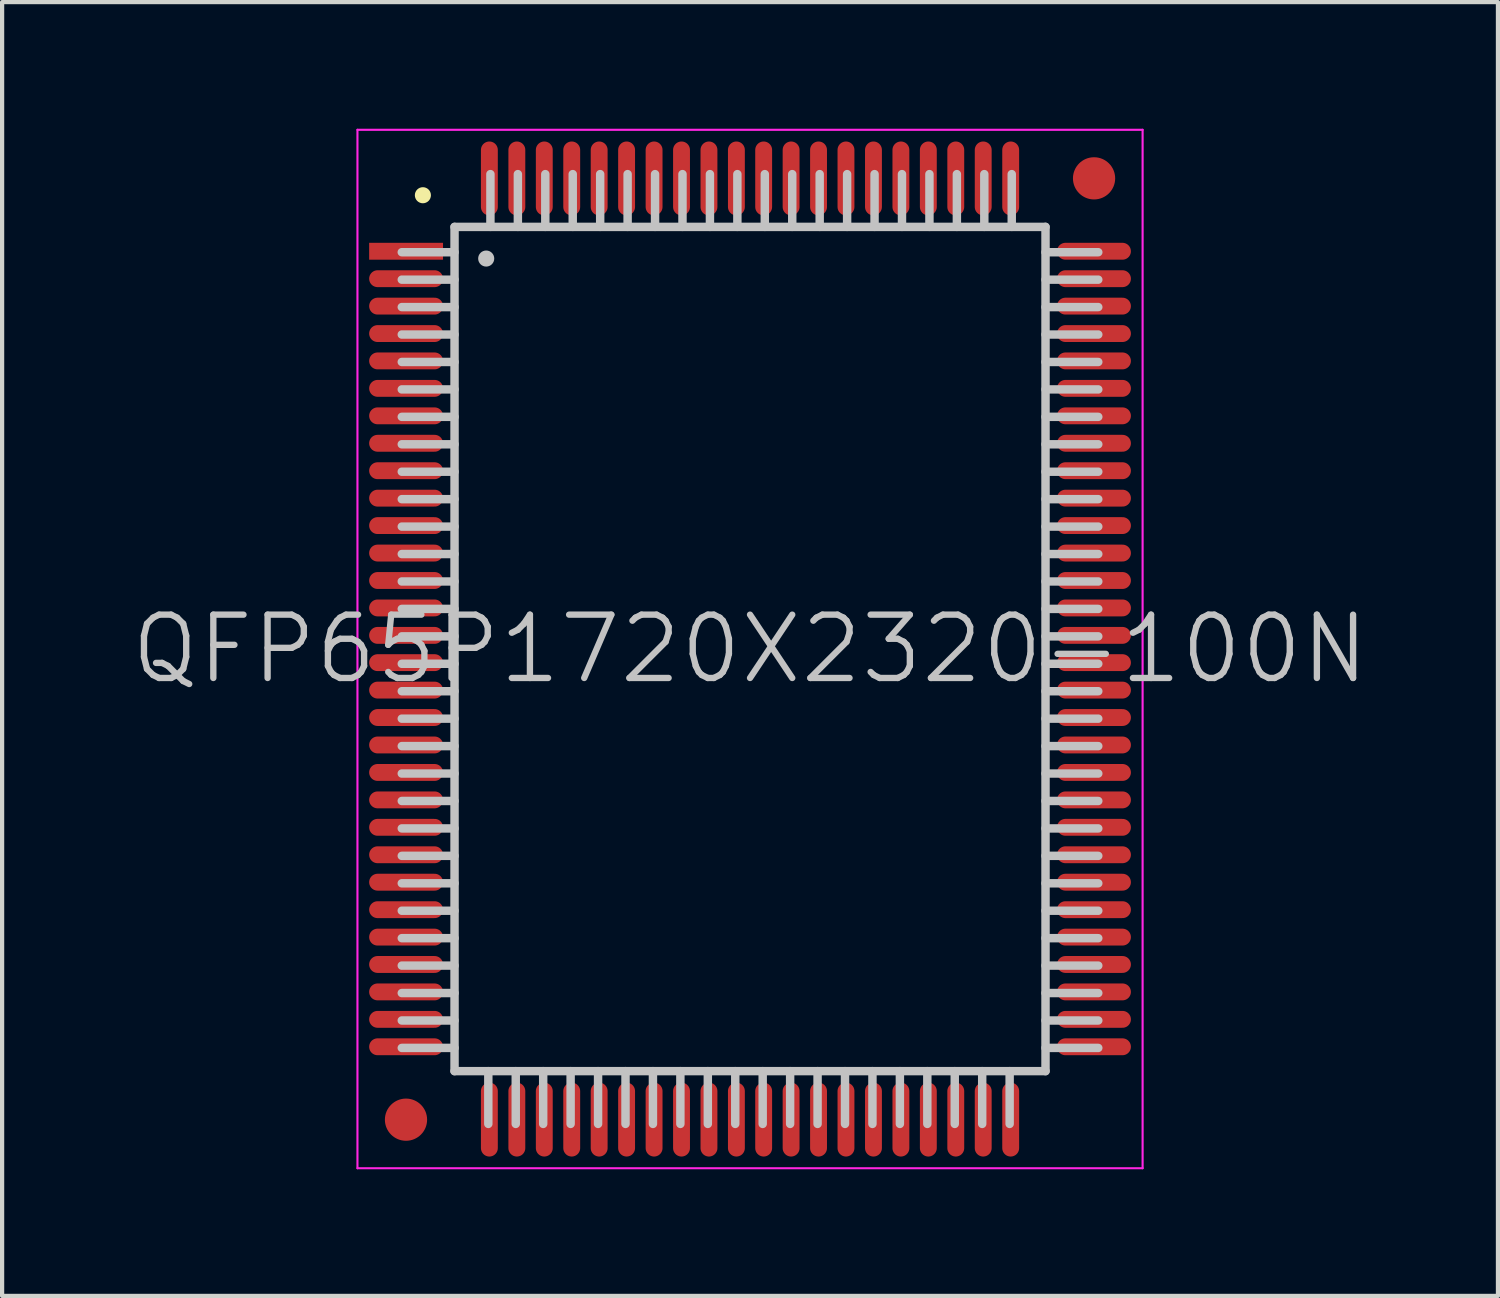
<source format=kicad_pcb>
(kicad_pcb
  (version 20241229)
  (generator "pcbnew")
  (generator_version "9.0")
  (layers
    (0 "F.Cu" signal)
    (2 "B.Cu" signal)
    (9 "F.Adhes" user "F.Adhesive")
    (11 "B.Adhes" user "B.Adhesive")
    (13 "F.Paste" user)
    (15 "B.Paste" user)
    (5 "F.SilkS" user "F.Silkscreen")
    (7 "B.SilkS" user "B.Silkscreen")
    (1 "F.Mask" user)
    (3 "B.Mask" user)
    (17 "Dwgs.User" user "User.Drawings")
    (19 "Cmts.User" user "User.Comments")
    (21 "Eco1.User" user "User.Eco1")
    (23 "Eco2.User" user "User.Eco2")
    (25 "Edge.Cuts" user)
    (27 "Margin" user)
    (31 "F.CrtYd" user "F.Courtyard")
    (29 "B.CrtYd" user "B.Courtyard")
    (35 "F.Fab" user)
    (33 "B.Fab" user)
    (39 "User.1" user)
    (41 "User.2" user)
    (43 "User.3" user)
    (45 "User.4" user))
  (footprint "QFP65P1720X2320-100N"
    (layer "F.Cu")
    (at 14.718 12.325)
    (property "Reference" "QFP65P1720X2320-100N" (at 0 0 0) (layer "Dwgs.User") (effects (font (size 1.5 1.5) (thickness 0.15))))
    (attr smd)
    (fp_line (start -7.75 -10.75) (end -7.75 -10.75) (stroke (width 0.381) (type solid)) (layer "F.SilkS"))
    (fp_line (start -7 -10) (end -7 10) (stroke (width 0.2) (type solid)) (layer "Dwgs.User"))
    (fp_line (start -7 -10) (end 7 -10) (stroke (width 0.2) (type solid)) (layer "Dwgs.User"))
    (fp_line (start -7 -9.4) (end -8.25 -9.4) (stroke (width 0.2) (type solid)) (layer "Dwgs.User"))
    (fp_line (start -7 -8.75) (end -8.25 -8.75) (stroke (width 0.2) (type solid)) (layer "Dwgs.User"))
    (fp_line (start -7 -8.1) (end -8.25 -8.1) (stroke (width 0.2) (type solid)) (layer "Dwgs.User"))
    (fp_line (start -7 -7.45) (end -8.25 -7.45) (stroke (width 0.2) (type solid)) (layer "Dwgs.User"))
    (fp_line (start -7 -6.8) (end -8.25 -6.8) (stroke (width 0.2) (type solid)) (layer "Dwgs.User"))
    (fp_line (start -7 -6.15) (end -8.25 -6.15) (stroke (width 0.2) (type solid)) (layer "Dwgs.User"))
    (fp_line (start -7 -5.5) (end -8.25 -5.5) (stroke (width 0.2) (type solid)) (layer "Dwgs.User"))
    (fp_line (start -7 -4.85) (end -8.25 -4.85) (stroke (width 0.2) (type solid)) (layer "Dwgs.User"))
    (fp_line (start -7 -4.2) (end -8.25 -4.2) (stroke (width 0.2) (type solid)) (layer "Dwgs.User"))
    (fp_line (start -7 -3.55) (end -8.25 -3.55) (stroke (width 0.2) (type solid)) (layer "Dwgs.User"))
    (fp_line (start -7 -2.9) (end -8.25 -2.9) (stroke (width 0.2) (type solid)) (layer "Dwgs.User"))
    (fp_line (start -7 -2.25) (end -8.25 -2.25) (stroke (width 0.2) (type solid)) (layer "Dwgs.User"))
    (fp_line (start -7 -1.6) (end -8.25 -1.6) (stroke (width 0.2) (type solid)) (layer "Dwgs.User"))
    (fp_line (start -7 -0.95) (end -8.25 -0.95) (stroke (width 0.2) (type solid)) (layer "Dwgs.User"))
    (fp_line (start -7 -0.3) (end -8.25 -0.3) (stroke (width 0.2) (type solid)) (layer "Dwgs.User"))
    (fp_line (start -7 0.35) (end -8.25 0.35) (stroke (width 0.2) (type solid)) (layer "Dwgs.User"))
    (fp_line (start -7 1) (end -8.25 1) (stroke (width 0.2) (type solid)) (layer "Dwgs.User"))
    (fp_line (start -7 1.65) (end -8.25 1.65) (stroke (width 0.2) (type solid)) (layer "Dwgs.User"))
    (fp_line (start -7 2.3) (end -8.25 2.3) (stroke (width 0.2) (type solid)) (layer "Dwgs.User"))
    (fp_line (start -7 2.95) (end -8.25 2.95) (stroke (width 0.2) (type solid)) (layer "Dwgs.User"))
    (fp_line (start -7 3.6) (end -8.25 3.6) (stroke (width 0.2) (type solid)) (layer "Dwgs.User"))
    (fp_line (start -7 4.25) (end -8.25 4.25) (stroke (width 0.2) (type solid)) (layer "Dwgs.User"))
    (fp_line (start -7 4.9) (end -8.25 4.9) (stroke (width 0.2) (type solid)) (layer "Dwgs.User"))
    (fp_line (start -7 5.55) (end -8.25 5.55) (stroke (width 0.2) (type solid)) (layer "Dwgs.User"))
    (fp_line (start -7 6.2) (end -8.25 6.2) (stroke (width 0.2) (type solid)) (layer "Dwgs.User"))
    (fp_line (start -7 6.85) (end -8.25 6.85) (stroke (width 0.2) (type solid)) (layer "Dwgs.User"))
    (fp_line (start -7 7.5) (end -8.25 7.5) (stroke (width 0.2) (type solid)) (layer "Dwgs.User"))
    (fp_line (start -7 8.15) (end -8.25 8.15) (stroke (width 0.2) (type solid)) (layer "Dwgs.User"))
    (fp_line (start -7 8.8) (end -8.25 8.8) (stroke (width 0.2) (type solid)) (layer "Dwgs.User"))
    (fp_line (start -7 9.45) (end -8.25 9.45) (stroke (width 0.2) (type solid)) (layer "Dwgs.User"))
    (fp_line (start -7 10) (end 7 10) (stroke (width 0.2) (type solid)) (layer "Dwgs.User"))
    (fp_line (start -6.25 -9.25) (end -6.25 -9.25) (stroke (width 0.381) (type solid)) (layer "Dwgs.User"))
    (fp_line (start -6.2 10) (end -6.2 11.25) (stroke (width 0.2) (type solid)) (layer "Dwgs.User"))
    (fp_line (start -6.15 -11.25) (end -6.15 -10) (stroke (width 0.2) (type solid)) (layer "Dwgs.User"))
    (fp_line (start -5.55 10) (end -5.55 11.25) (stroke (width 0.2) (type solid)) (layer "Dwgs.User"))
    (fp_line (start -5.5 -11.25) (end -5.5 -10) (stroke (width 0.2) (type solid)) (layer "Dwgs.User"))
    (fp_line (start -4.9 10) (end -4.9 11.25) (stroke (width 0.2) (type solid)) (layer "Dwgs.User"))
    (fp_line (start -4.85 -11.25) (end -4.85 -10) (stroke (width 0.2) (type solid)) (layer "Dwgs.User"))
    (fp_line (start -4.25 10) (end -4.25 11.25) (stroke (width 0.2) (type solid)) (layer "Dwgs.User"))
    (fp_line (start -4.2 -11.25) (end -4.2 -10) (stroke (width 0.2) (type solid)) (layer "Dwgs.User"))
    (fp_line (start -3.6 10) (end -3.6 11.25) (stroke (width 0.2) (type solid)) (layer "Dwgs.User"))
    (fp_line (start -3.55 -11.25) (end -3.55 -10) (stroke (width 0.2) (type solid)) (layer "Dwgs.User"))
    (fp_line (start -2.95 10) (end -2.95 11.25) (stroke (width 0.2) (type solid)) (layer "Dwgs.User"))
    (fp_line (start -2.9 -11.25) (end -2.9 -10) (stroke (width 0.2) (type solid)) (layer "Dwgs.User"))
    (fp_line (start -2.3 10) (end -2.3 11.25) (stroke (width 0.2) (type solid)) (layer "Dwgs.User"))
    (fp_line (start -2.25 -11.25) (end -2.25 -10) (stroke (width 0.2) (type solid)) (layer "Dwgs.User"))
    (fp_line (start -1.65 10) (end -1.65 11.25) (stroke (width 0.2) (type solid)) (layer "Dwgs.User"))
    (fp_line (start -1.6 -11.25) (end -1.6 -10) (stroke (width 0.2) (type solid)) (layer "Dwgs.User"))
    (fp_line (start -1 10) (end -1 11.25) (stroke (width 0.2) (type solid)) (layer "Dwgs.User"))
    (fp_line (start -0.95 -11.25) (end -0.95 -10) (stroke (width 0.2) (type solid)) (layer "Dwgs.User"))
    (fp_line (start -0.35 10) (end -0.35 11.25) (stroke (width 0.2) (type solid)) (layer "Dwgs.User"))
    (fp_line (start -0.3 -11.25) (end -0.3 -10) (stroke (width 0.2) (type solid)) (layer "Dwgs.User"))
    (fp_line (start 0.3 10) (end 0.3 11.25) (stroke (width 0.2) (type solid)) (layer "Dwgs.User"))
    (fp_line (start 0.35 -11.25) (end 0.35 -10) (stroke (width 0.2) (type solid)) (layer "Dwgs.User"))
    (fp_line (start 0.95 10) (end 0.95 11.25) (stroke (width 0.2) (type solid)) (layer "Dwgs.User"))
    (fp_line (start 1 -11.25) (end 1 -10) (stroke (width 0.2) (type solid)) (layer "Dwgs.User"))
    (fp_line (start 1.6 10) (end 1.6 11.25) (stroke (width 0.2) (type solid)) (layer "Dwgs.User"))
    (fp_line (start 1.65 -11.25) (end 1.65 -10) (stroke (width 0.2) (type solid)) (layer "Dwgs.User"))
    (fp_line (start 2.25 10) (end 2.25 11.25) (stroke (width 0.2) (type solid)) (layer "Dwgs.User"))
    (fp_line (start 2.3 -11.25) (end 2.3 -10) (stroke (width 0.2) (type solid)) (layer "Dwgs.User"))
    (fp_line (start 2.9 10) (end 2.9 11.25) (stroke (width 0.2) (type solid)) (layer "Dwgs.User"))
    (fp_line (start 2.95 -11.25) (end 2.95 -10) (stroke (width 0.2) (type solid)) (layer "Dwgs.User"))
    (fp_line (start 3.55 10) (end 3.55 11.25) (stroke (width 0.2) (type solid)) (layer "Dwgs.User"))
    (fp_line (start 3.6 -11.25) (end 3.6 -10) (stroke (width 0.2) (type solid)) (layer "Dwgs.User"))
    (fp_line (start 4.2 10) (end 4.2 11.25) (stroke (width 0.2) (type solid)) (layer "Dwgs.User"))
    (fp_line (start 4.25 -11.25) (end 4.25 -10) (stroke (width 0.2) (type solid)) (layer "Dwgs.User"))
    (fp_line (start 4.85 10) (end 4.85 11.25) (stroke (width 0.2) (type solid)) (layer "Dwgs.User"))
    (fp_line (start 4.9 -11.25) (end 4.9 -10) (stroke (width 0.2) (type solid)) (layer "Dwgs.User"))
    (fp_line (start 5.5 10) (end 5.5 11.25) (stroke (width 0.2) (type solid)) (layer "Dwgs.User"))
    (fp_line (start 5.55 -11.25) (end 5.55 -10) (stroke (width 0.2) (type solid)) (layer "Dwgs.User"))
    (fp_line (start 6.15 10) (end 6.15 11.25) (stroke (width 0.2) (type solid)) (layer "Dwgs.User"))
    (fp_line (start 6.2 -11.25) (end 6.2 -10) (stroke (width 0.2) (type solid)) (layer "Dwgs.User"))
    (fp_line (start 7 -10) (end 7 10) (stroke (width 0.2) (type solid)) (layer "Dwgs.User"))
    (fp_line (start 8.25 -9.4) (end 7 -9.4) (stroke (width 0.2) (type solid)) (layer "Dwgs.User"))
    (fp_line (start 8.25 -8.75) (end 7 -8.75) (stroke (width 0.2) (type solid)) (layer "Dwgs.User"))
    (fp_line (start 8.25 -8.1) (end 7 -8.1) (stroke (width 0.2) (type solid)) (layer "Dwgs.User"))
    (fp_line (start 8.25 -7.45) (end 7 -7.45) (stroke (width 0.2) (type solid)) (layer "Dwgs.User"))
    (fp_line (start 8.25 -6.8) (end 7 -6.8) (stroke (width 0.2) (type solid)) (layer "Dwgs.User"))
    (fp_line (start 8.25 -6.15) (end 7 -6.15) (stroke (width 0.2) (type solid)) (layer "Dwgs.User"))
    (fp_line (start 8.25 -5.5) (end 7 -5.5) (stroke (width 0.2) (type solid)) (layer "Dwgs.User"))
    (fp_line (start 8.25 -4.85) (end 7 -4.85) (stroke (width 0.2) (type solid)) (layer "Dwgs.User"))
    (fp_line (start 8.25 -4.2) (end 7 -4.2) (stroke (width 0.2) (type solid)) (layer "Dwgs.User"))
    (fp_line (start 8.25 -3.55) (end 7 -3.55) (stroke (width 0.2) (type solid)) (layer "Dwgs.User"))
    (fp_line (start 8.25 -2.9) (end 7 -2.9) (stroke (width 0.2) (type solid)) (layer "Dwgs.User"))
    (fp_line (start 8.25 -2.25) (end 7 -2.25) (stroke (width 0.2) (type solid)) (layer "Dwgs.User"))
    (fp_line (start 8.25 -1.6) (end 7 -1.6) (stroke (width 0.2) (type solid)) (layer "Dwgs.User"))
    (fp_line (start 8.25 -0.95) (end 7 -0.95) (stroke (width 0.2) (type solid)) (layer "Dwgs.User"))
    (fp_line (start 8.25 -0.3) (end 7 -0.3) (stroke (width 0.2) (type solid)) (layer "Dwgs.User"))
    (fp_line (start 8.25 0.35) (end 7 0.35) (stroke (width 0.2) (type solid)) (layer "Dwgs.User"))
    (fp_line (start 8.25 1) (end 7 1) (stroke (width 0.2) (type solid)) (layer "Dwgs.User"))
    (fp_line (start 8.25 1.65) (end 7 1.65) (stroke (width 0.2) (type solid)) (layer "Dwgs.User"))
    (fp_line (start 8.25 2.3) (end 7 2.3) (stroke (width 0.2) (type solid)) (layer "Dwgs.User"))
    (fp_line (start 8.25 2.95) (end 7 2.95) (stroke (width 0.2) (type solid)) (layer "Dwgs.User"))
    (fp_line (start 8.25 3.6) (end 7 3.6) (stroke (width 0.2) (type solid)) (layer "Dwgs.User"))
    (fp_line (start 8.25 4.25) (end 7 4.25) (stroke (width 0.2) (type solid)) (layer "Dwgs.User"))
    (fp_line (start 8.25 4.9) (end 7 4.9) (stroke (width 0.2) (type solid)) (layer "Dwgs.User"))
    (fp_line (start 8.25 5.55) (end 7 5.55) (stroke (width 0.2) (type solid)) (layer "Dwgs.User"))
    (fp_line (start 8.25 6.2) (end 7 6.2) (stroke (width 0.2) (type solid)) (layer "Dwgs.User"))
    (fp_line (start 8.25 6.85) (end 7 6.85) (stroke (width 0.2) (type solid)) (layer "Dwgs.User"))
    (fp_line (start 8.25 7.5) (end 7 7.5) (stroke (width 0.2) (type solid)) (layer "Dwgs.User"))
    (fp_line (start 8.25 8.15) (end 7 8.15) (stroke (width 0.2) (type solid)) (layer "Dwgs.User"))
    (fp_line (start 8.25 8.8) (end 7 8.8) (stroke (width 0.2) (type solid)) (layer "Dwgs.User"))
    (fp_line (start 8.25 9.45) (end 7 9.45) (stroke (width 0.2) (type solid)) (layer "Dwgs.User"))
    (fp_line (start -9.3 -12.3) (end -9.3 12.3) (stroke (width 0.05) (type solid)) (layer "F.CrtYd"))
    (fp_line (start -9.3 -12.3) (end 9.3 -12.3) (stroke (width 0.05) (type solid)) (layer "F.CrtYd"))
    (fp_line (start -9.3 12.3) (end 9.3 12.3) (stroke (width 0.05) (type solid)) (layer "F.CrtYd"))
    (fp_line (start 9.3 -12.3) (end 9.3 12.3) (stroke (width 0.05) (type solid)) (layer "F.CrtYd"))
    (pad "" smd circle (at -8.15 11.15) (size 1 1) (layers "F.Cu" "F.Mask"))
    (pad "" smd circle (at 8.15 -11.15) (size 1 1) (layers "F.Cu" "F.Mask"))
    (pad "1" smd rect (at -8.148 -9.423 90) (size 0.4 1.75) (layers "F.Cu" "F.Mask" "F.Paste"))
    (pad "2" smd oval (at -8.148 -8.773 90) (size 0.4 1.75) (layers "F.Cu" "F.Mask" "F.Paste"))
    (pad "3" smd oval (at -8.148 -8.123 90) (size 0.4 1.75) (layers "F.Cu" "F.Mask" "F.Paste"))
    (pad "4" smd oval (at -8.148 -7.473 90) (size 0.4 1.75) (layers "F.Cu" "F.Mask" "F.Paste"))
    (pad "5" smd oval (at -8.148 -6.825 90) (size 0.4 1.75) (layers "F.Cu" "F.Mask" "F.Paste"))
    (pad "6" smd oval (at -8.148 -6.175 90) (size 0.4 1.75) (layers "F.Cu" "F.Mask" "F.Paste"))
    (pad "7" smd oval (at -8.148 -5.524 90) (size 0.4 1.75) (layers "F.Cu" "F.Mask" "F.Paste"))
    (pad "8" smd oval (at -8.148 -4.874 90) (size 0.4 1.75) (layers "F.Cu" "F.Mask" "F.Paste"))
    (pad "9" smd oval (at -8.148 -4.224 90) (size 0.4 1.75) (layers "F.Cu" "F.Mask" "F.Paste"))
    (pad "10" smd oval (at -8.148 -3.574 90) (size 0.4 1.75) (layers "F.Cu" "F.Mask" "F.Paste"))
    (pad "11" smd oval (at -8.148 -2.924 90) (size 0.4 1.75) (layers "F.Cu" "F.Mask" "F.Paste"))
    (pad "12" smd oval (at -8.148 -2.273 90) (size 0.4 1.75) (layers "F.Cu" "F.Mask" "F.Paste"))
    (pad "13" smd oval (at -8.148 -1.623 90) (size 0.4 1.75) (layers "F.Cu" "F.Mask" "F.Paste"))
    (pad "14" smd oval (at -8.148 -0.973 90) (size 0.4 1.75) (layers "F.Cu" "F.Mask" "F.Paste"))
    (pad "15" smd oval (at -8.148 -0.323 90) (size 0.4 1.75) (layers "F.Cu" "F.Mask" "F.Paste"))
    (pad "16" smd oval (at -8.148 0.323 90) (size 0.4 1.75) (layers "F.Cu" "F.Mask" "F.Paste"))
    (pad "17" smd oval (at -8.148 0.973 90) (size 0.4 1.75) (layers "F.Cu" "F.Mask" "F.Paste"))
    (pad "18" smd oval (at -8.148 1.623 90) (size 0.4 1.75) (layers "F.Cu" "F.Mask" "F.Paste"))
    (pad "19" smd oval (at -8.148 2.273 90) (size 0.4 1.75) (layers "F.Cu" "F.Mask" "F.Paste"))
    (pad "20" smd oval (at -8.148 2.924 90) (size 0.4 1.75) (layers "F.Cu" "F.Mask" "F.Paste"))
    (pad "21" smd oval (at -8.148 3.574 90) (size 0.4 1.75) (layers "F.Cu" "F.Mask" "F.Paste"))
    (pad "22" smd oval (at -8.148 4.224 90) (size 0.4 1.75) (layers "F.Cu" "F.Mask" "F.Paste"))
    (pad "23" smd oval (at -8.148 4.874 90) (size 0.4 1.75) (layers "F.Cu" "F.Mask" "F.Paste"))
    (pad "24" smd oval (at -8.148 5.524 90) (size 0.4 1.75) (layers "F.Cu" "F.Mask" "F.Paste"))
    (pad "25" smd oval (at -8.148 6.175 90) (size 0.4 1.75) (layers "F.Cu" "F.Mask" "F.Paste"))
    (pad "26" smd oval (at -8.148 6.825 90) (size 0.4 1.75) (layers "F.Cu" "F.Mask" "F.Paste"))
    (pad "27" smd oval (at -8.148 7.473 90) (size 0.4 1.75) (layers "F.Cu" "F.Mask" "F.Paste"))
    (pad "28" smd oval (at -8.148 8.123 90) (size 0.4 1.75) (layers "F.Cu" "F.Mask" "F.Paste"))
    (pad "29" smd oval (at -8.148 8.773 90) (size 0.4 1.75) (layers "F.Cu" "F.Mask" "F.Paste"))
    (pad "30" smd oval (at -8.148 9.423 90) (size 0.4 1.75) (layers "F.Cu" "F.Mask" "F.Paste"))
    (pad "31" smd oval (at -6.175 11.148 180) (size 0.4 1.75) (layers "F.Cu" "F.Mask" "F.Paste"))
    (pad "32" smd oval (at -5.524 11.148 180) (size 0.4 1.75) (layers "F.Cu" "F.Mask" "F.Paste"))
    (pad "33" smd oval (at -4.874 11.148 180) (size 0.4 1.75) (layers "F.Cu" "F.Mask" "F.Paste"))
    (pad "34" smd oval (at -4.224 11.148 180) (size 0.4 1.75) (layers "F.Cu" "F.Mask" "F.Paste"))
    (pad "35" smd oval (at -3.574 11.148 180) (size 0.4 1.75) (layers "F.Cu" "F.Mask" "F.Paste"))
    (pad "36" smd oval (at -2.924 11.148 180) (size 0.4 1.75) (layers "F.Cu" "F.Mask" "F.Paste"))
    (pad "37" smd oval (at -2.273 11.148 180) (size 0.4 1.75) (layers "F.Cu" "F.Mask" "F.Paste"))
    (pad "38" smd oval (at -1.623 11.148 180) (size 0.4 1.75) (layers "F.Cu" "F.Mask" "F.Paste"))
    (pad "39" smd oval (at -0.973 11.148 180) (size 0.4 1.75) (layers "F.Cu" "F.Mask" "F.Paste"))
    (pad "40" smd oval (at -0.323 11.148 180) (size 0.4 1.75) (layers "F.Cu" "F.Mask" "F.Paste"))
    (pad "41" smd oval (at 0.323 11.148 180) (size 0.4 1.75) (layers "F.Cu" "F.Mask" "F.Paste"))
    (pad "42" smd oval (at 0.973 11.148 180) (size 0.4 1.75) (layers "F.Cu" "F.Mask" "F.Paste"))
    (pad "43" smd oval (at 1.623 11.148 180) (size 0.4 1.75) (layers "F.Cu" "F.Mask" "F.Paste"))
    (pad "44" smd oval (at 2.273 11.148 180) (size 0.4 1.75) (layers "F.Cu" "F.Mask" "F.Paste"))
    (pad "45" smd oval (at 2.924 11.148 180) (size 0.4 1.75) (layers "F.Cu" "F.Mask" "F.Paste"))
    (pad "46" smd oval (at 3.574 11.148 180) (size 0.4 1.75) (layers "F.Cu" "F.Mask" "F.Paste"))
    (pad "47" smd oval (at 4.224 11.148 180) (size 0.4 1.75) (layers "F.Cu" "F.Mask" "F.Paste"))
    (pad "48" smd oval (at 4.874 11.148 180) (size 0.4 1.75) (layers "F.Cu" "F.Mask" "F.Paste"))
    (pad "49" smd oval (at 5.524 11.148 180) (size 0.4 1.75) (layers "F.Cu" "F.Mask" "F.Paste"))
    (pad "50" smd oval (at 6.175 11.148 180) (size 0.4 1.75) (layers "F.Cu" "F.Mask" "F.Paste"))
    (pad "51" smd oval (at 8.148 9.423 270) (size 0.4 1.75) (layers "F.Cu" "F.Mask" "F.Paste"))
    (pad "52" smd oval (at 8.148 8.773 270) (size 0.4 1.75) (layers "F.Cu" "F.Mask" "F.Paste"))
    (pad "53" smd oval (at 8.148 8.123 270) (size 0.4 1.75) (layers "F.Cu" "F.Mask" "F.Paste"))
    (pad "54" smd oval (at 8.148 7.473 270) (size 0.4 1.75) (layers "F.Cu" "F.Mask" "F.Paste"))
    (pad "55" smd oval (at 8.148 6.825 270) (size 0.4 1.75) (layers "F.Cu" "F.Mask" "F.Paste"))
    (pad "56" smd oval (at 8.148 6.175 270) (size 0.4 1.75) (layers "F.Cu" "F.Mask" "F.Paste"))
    (pad "57" smd oval (at 8.148 5.524 270) (size 0.4 1.75) (layers "F.Cu" "F.Mask" "F.Paste"))
    (pad "58" smd oval (at 8.148 4.874 270) (size 0.4 1.75) (layers "F.Cu" "F.Mask" "F.Paste"))
    (pad "59" smd oval (at 8.148 4.224 270) (size 0.4 1.75) (layers "F.Cu" "F.Mask" "F.Paste"))
    (pad "60" smd oval (at 8.148 3.574 270) (size 0.4 1.75) (layers "F.Cu" "F.Mask" "F.Paste"))
    (pad "61" smd oval (at 8.148 2.924 270) (size 0.4 1.75) (layers "F.Cu" "F.Mask" "F.Paste"))
    (pad "62" smd oval (at 8.148 2.273 270) (size 0.4 1.75) (layers "F.Cu" "F.Mask" "F.Paste"))
    (pad "63" smd oval (at 8.148 1.623 270) (size 0.4 1.75) (layers "F.Cu" "F.Mask" "F.Paste"))
    (pad "64" smd oval (at 8.148 0.973 270) (size 0.4 1.75) (layers "F.Cu" "F.Mask" "F.Paste"))
    (pad "65" smd oval (at 8.148 0.323 270) (size 0.4 1.75) (layers "F.Cu" "F.Mask" "F.Paste"))
    (pad "66" smd oval (at 8.148 -0.323 270) (size 0.4 1.75) (layers "F.Cu" "F.Mask" "F.Paste"))
    (pad "67" smd oval (at 8.148 -0.973 270) (size 0.4 1.75) (layers "F.Cu" "F.Mask" "F.Paste"))
    (pad "68" smd oval (at 8.148 -1.623 270) (size 0.4 1.75) (layers "F.Cu" "F.Mask" "F.Paste"))
    (pad "69" smd oval (at 8.148 -2.273 270) (size 0.4 1.75) (layers "F.Cu" "F.Mask" "F.Paste"))
    (pad "70" smd oval (at 8.148 -2.924 270) (size 0.4 1.75) (layers "F.Cu" "F.Mask" "F.Paste"))
    (pad "71" smd oval (at 8.148 -3.574 270) (size 0.4 1.75) (layers "F.Cu" "F.Mask" "F.Paste"))
    (pad "72" smd oval (at 8.148 -4.224 270) (size 0.4 1.75) (layers "F.Cu" "F.Mask" "F.Paste"))
    (pad "73" smd oval (at 8.148 -4.874 270) (size 0.4 1.75) (layers "F.Cu" "F.Mask" "F.Paste"))
    (pad "74" smd oval (at 8.148 -5.524 270) (size 0.4 1.75) (layers "F.Cu" "F.Mask" "F.Paste"))
    (pad "75" smd oval (at 8.148 -6.175 270) (size 0.4 1.75) (layers "F.Cu" "F.Mask" "F.Paste"))
    (pad "76" smd oval (at 8.148 -6.825 270) (size 0.4 1.75) (layers "F.Cu" "F.Mask" "F.Paste"))
    (pad "77" smd oval (at 8.148 -7.473 270) (size 0.4 1.75) (layers "F.Cu" "F.Mask" "F.Paste"))
    (pad "78" smd oval (at 8.148 -8.123 270) (size 0.4 1.75) (layers "F.Cu" "F.Mask" "F.Paste"))
    (pad "79" smd oval (at 8.148 -8.773 270) (size 0.4 1.75) (layers "F.Cu" "F.Mask" "F.Paste"))
    (pad "80" smd oval (at 8.148 -9.423 270) (size 0.4 1.75) (layers "F.Cu" "F.Mask" "F.Paste"))
    (pad "81" smd oval (at 6.175 -11.148) (size 0.4 1.75) (layers "F.Cu" "F.Mask" "F.Paste"))
    (pad "82" smd oval (at 5.524 -11.148) (size 0.4 1.75) (layers "F.Cu" "F.Mask" "F.Paste"))
    (pad "83" smd oval (at 4.874 -11.148) (size 0.4 1.75) (layers "F.Cu" "F.Mask" "F.Paste"))
    (pad "84" smd oval (at 4.224 -11.148) (size 0.4 1.75) (layers "F.Cu" "F.Mask" "F.Paste"))
    (pad "85" smd oval (at 3.574 -11.148) (size 0.4 1.75) (layers "F.Cu" "F.Mask" "F.Paste"))
    (pad "86" smd oval (at 2.924 -11.148) (size 0.4 1.75) (layers "F.Cu" "F.Mask" "F.Paste"))
    (pad "87" smd oval (at 2.273 -11.148) (size 0.4 1.75) (layers "F.Cu" "F.Mask" "F.Paste"))
    (pad "88" smd oval (at 1.623 -11.148) (size 0.4 1.75) (layers "F.Cu" "F.Mask" "F.Paste"))
    (pad "89" smd oval (at 0.973 -11.148) (size 0.4 1.75) (layers "F.Cu" "F.Mask" "F.Paste"))
    (pad "90" smd oval (at 0.323 -11.148) (size 0.4 1.75) (layers "F.Cu" "F.Mask" "F.Paste"))
    (pad "91" smd oval (at -0.323 -11.148) (size 0.4 1.75) (layers "F.Cu" "F.Mask" "F.Paste"))
    (pad "92" smd oval (at -0.973 -11.148) (size 0.4 1.75) (layers "F.Cu" "F.Mask" "F.Paste"))
    (pad "93" smd oval (at -1.623 -11.148) (size 0.4 1.75) (layers "F.Cu" "F.Mask" "F.Paste"))
    (pad "94" smd oval (at -2.273 -11.148) (size 0.4 1.75) (layers "F.Cu" "F.Mask" "F.Paste"))
    (pad "95" smd oval (at -2.924 -11.148) (size 0.4 1.75) (layers "F.Cu" "F.Mask" "F.Paste"))
    (pad "96" smd oval (at -3.574 -11.148) (size 0.4 1.75) (layers "F.Cu" "F.Mask" "F.Paste"))
    (pad "97" smd oval (at -4.224 -11.148) (size 0.4 1.75) (layers "F.Cu" "F.Mask" "F.Paste"))
    (pad "98" smd oval (at -4.874 -11.148) (size 0.4 1.75) (layers "F.Cu" "F.Mask" "F.Paste"))
    (pad "99" smd oval (at -5.524 -11.148) (size 0.4 1.75) (layers "F.Cu" "F.Mask" "F.Paste"))
    (pad "100" smd oval (at -6.175 -11.148) (size 0.4 1.75) (layers "F.Cu" "F.Mask" "F.Paste")))
  (gr_rect
    (start -3 -3)
    (end 32.436 27.65)
    (stroke (width 0.1) (type default))
    (fill no)
    (layer "Edge.Cuts")))
</source>
